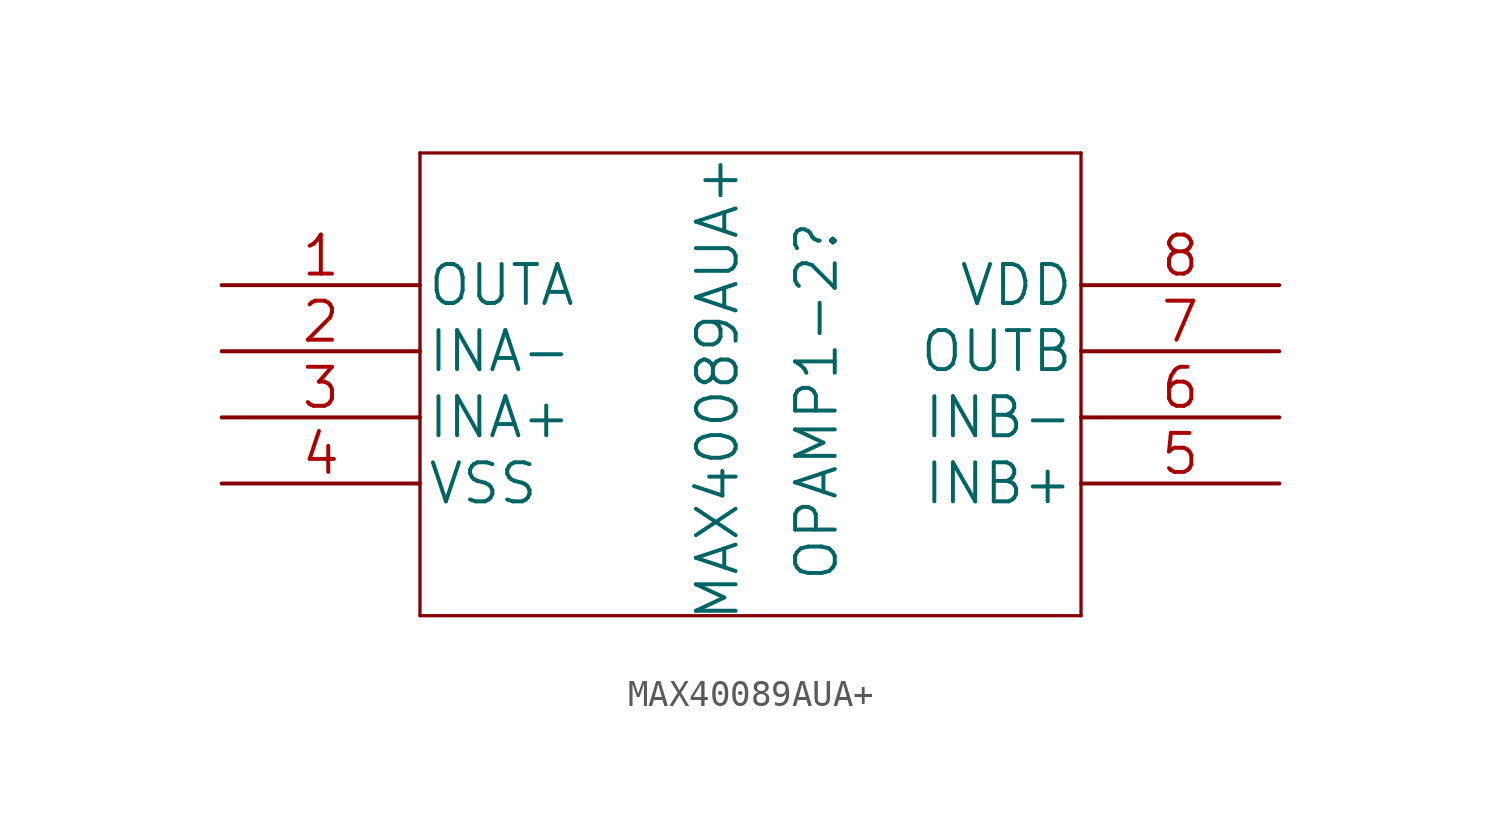
<source format=kicad_sym>
(kicad_symbol_lib
  (version 20231120)
  (generator "kicad_symbol_editor")
  (generator_version "8.0")
  (symbol "MAX40089AUA+"
    (pin_names
      (offset 0.254))
    (property "Reference" "OPAMP1-2"
      (at 22.86 2.54 90)
      (effects (font (size 1.524 1.524)) (justify right)))
    (property "Value" "MAX40089AUA+"
      (at 19.05 5.08 90)
      (effects (font (size 1.524 1.524)) (justify right)))
    (property "Datasheet" ""
      (at 0 0 0)
      (effects (font (size 1.524 1.524))))
    (property "ki_locked" ""
      (at 0 0 0)
      (effects (font (size 1.27 1.27))))
    (symbol "MAX40089AUA+_1_1"
      (polyline (pts (xy 7.62 -12.7) (xy 33.02 -12.7)) (stroke (width 0.127) (type default)) (fill (type none)))
      (polyline (pts (xy 7.62 5.08) (xy 7.62 -12.7)) (stroke (width 0.127) (type default)) (fill (type none)))
      (polyline (pts (xy 33.02 -12.7) (xy 33.02 5.08)) (stroke (width 0.127) (type default)) (fill (type none)))
      (polyline (pts (xy 33.02 5.08) (xy 7.62 5.08)) (stroke (width 0.127) (type default)) (fill (type none)))
      (pin output line (at 0 0 0) (length 7.62) (name "OUTA" (effects (font (size 1.499 1.499)))) (number "1" (effects (font (size 1.499 1.499)))))
      (pin input line (at 0 -2.54 0) (length 7.62) (name "INA-" (effects (font (size 1.499 1.499)))) (number "2" (effects (font (size 1.499 1.499)))))
      (pin input line (at 0 -5.08 0) (length 7.62) (name "INA+" (effects (font (size 1.499 1.499)))) (number "3" (effects (font (size 1.499 1.499)))))
      (pin power_in line (at 0 -7.62 0) (length 7.62) (name "VSS" (effects (font (size 1.499 1.499)))) (number "4" (effects (font (size 1.499 1.499)))))
      (pin input line (at 40.64 -7.62 180) (length 7.62) (name "INB+" (effects (font (size 1.499 1.499)))) (number "5" (effects (font (size 1.499 1.499)))))
      (pin input line (at 40.64 -5.08 180) (length 7.62) (name "INB-" (effects (font (size 1.499 1.499)))) (number "6" (effects (font (size 1.499 1.499)))))
      (pin output line (at 40.64 -2.54 180) (length 7.62) (name "OUTB" (effects (font (size 1.499 1.499)))) (number "7" (effects (font (size 1.499 1.499)))))
      (pin power_in line (at 40.64 0 180) (length 7.62) (name "VDD" (effects (font (size 1.499 1.499)))) (number "8" (effects (font (size 1.499 1.499))))))))
</source>
